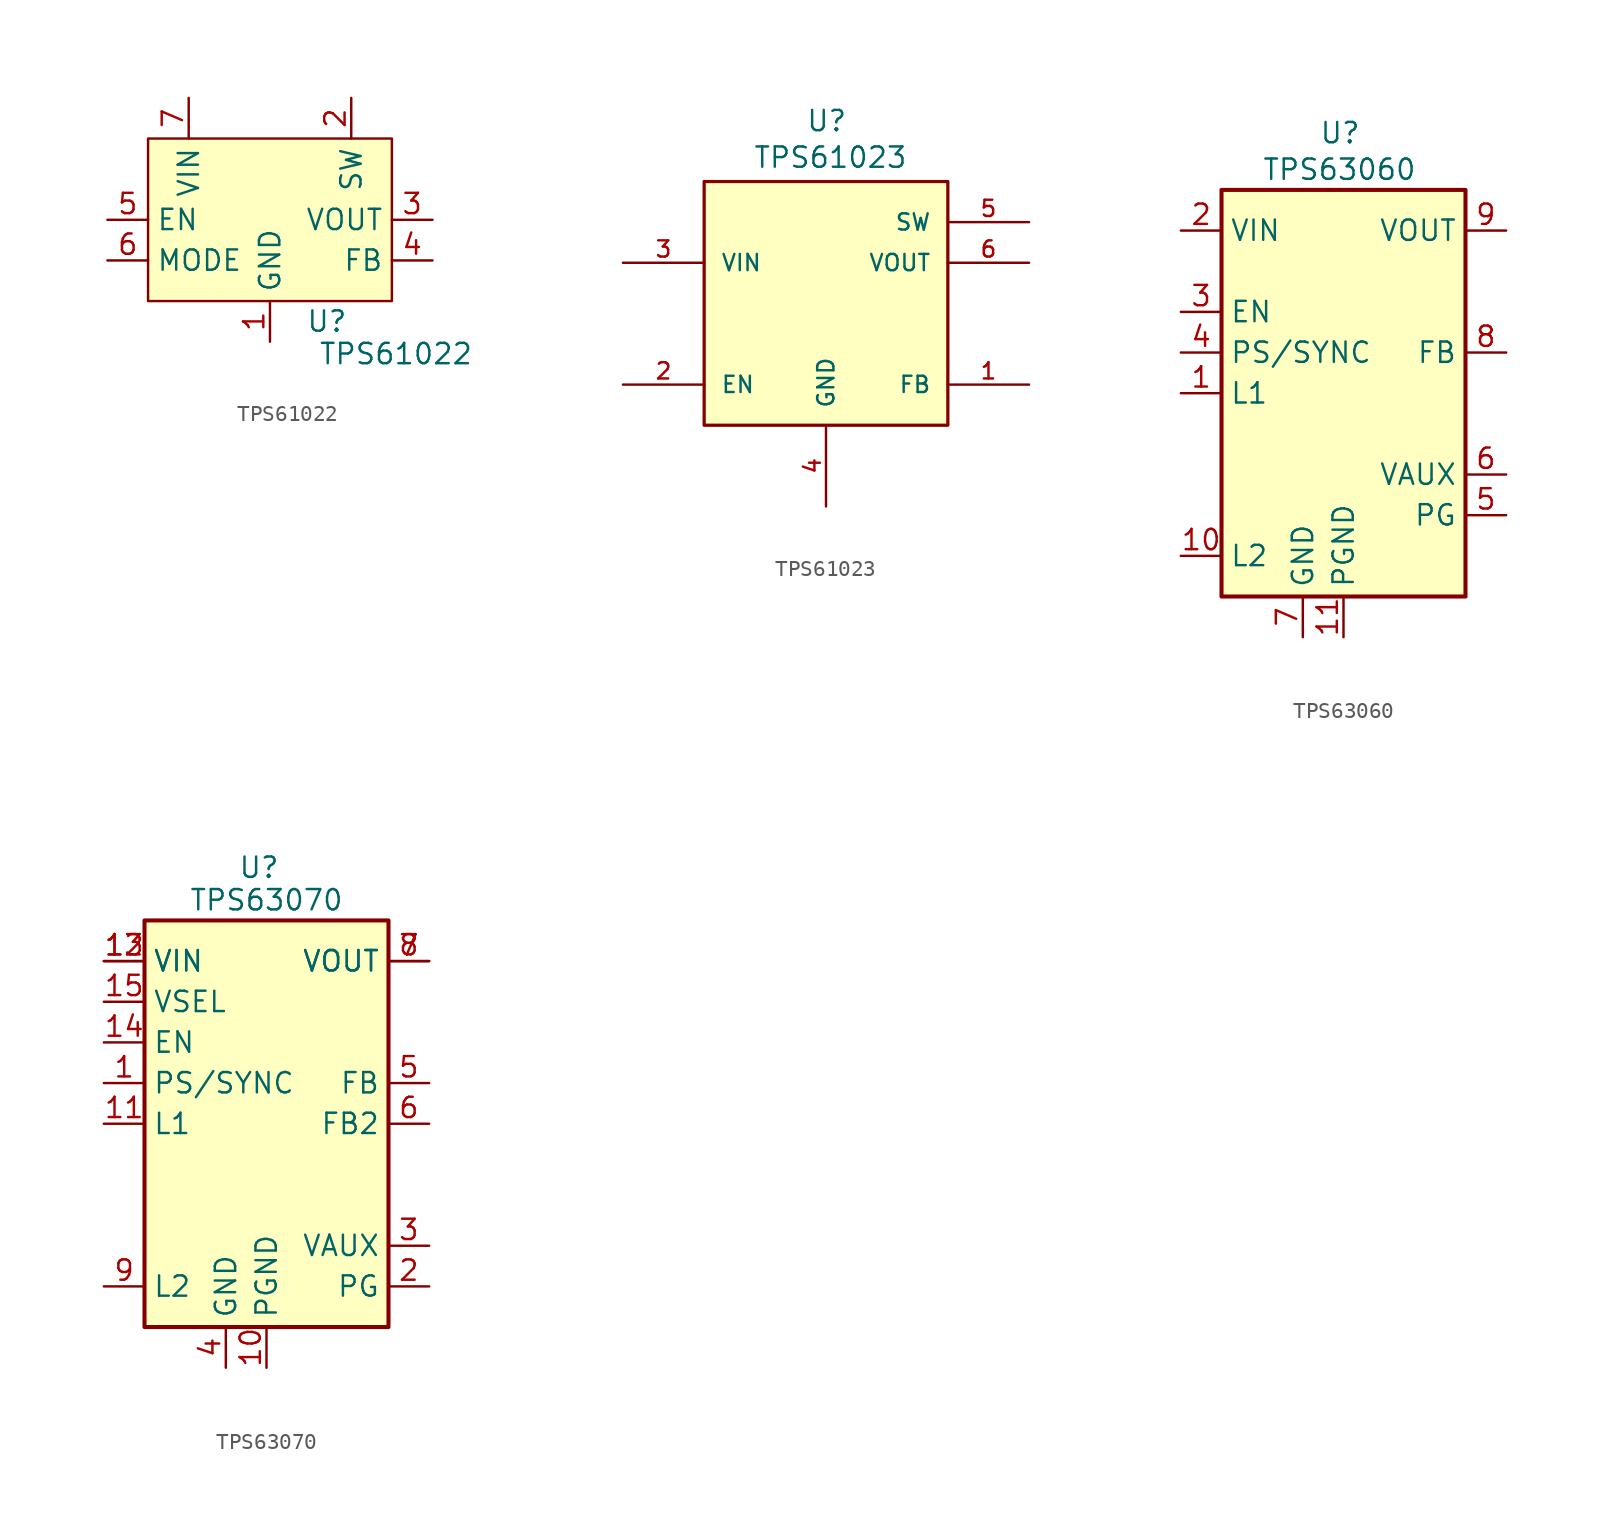
<source format=kicad_sym>
(kicad_symbol_lib
  (version 20241209)
  (generator "kicad_symbol_editor")
  (generator_version "9.0")
  (symbol "TPS61022"
    (property "Reference" "U"
      (at 3.556 -6.35 0)
      (effects (font (size 1.27 1.27))))
    (property "Value" "TPS61022"
      (at 7.874 -8.382 0)
      (effects (font (size 1.27 1.27))))
    (symbol "TPS61022_1_1"
      (rectangle (start -7.62 5.08) (end 7.62 -5.08) (stroke (width 0) (type default)) (fill (type background)))
      (pin input line (at -10.16 0 0) (length 2.54) (name "EN" (effects (font (size 1.27 1.27)))) (number "5" (effects (font (size 1.27 1.27)))))
      (pin input line (at -10.16 -2.54 0) (length 2.54) (name "MODE" (effects (font (size 1.27 1.27)))) (number "6" (effects (font (size 1.27 1.27)))))
      (pin power_in line (at -5.08 7.62 270) (length 2.54) (name "VIN" (effects (font (size 1.27 1.27)))) (number "7" (effects (font (size 1.27 1.27)))))
      (pin power_in line (at 0 -7.62 90) (length 2.54) (name "GND" (effects (font (size 1.27 1.27)))) (number "1" (effects (font (size 1.27 1.27)))))
      (pin input line (at 5.08 7.62 270) (length 2.54) (name "SW" (effects (font (size 1.27 1.27)))) (number "2" (effects (font (size 1.27 1.27)))))
      (pin power_out line (at 10.16 0 180) (length 2.54) (name "VOUT" (effects (font (size 1.27 1.27)))) (number "3" (effects (font (size 1.27 1.27)))))
      (pin input line (at 10.16 -2.54 180) (length 2.54) (name "FB" (effects (font (size 1.27 1.27)))) (number "4" (effects (font (size 1.27 1.27)))))))
  (symbol "TPS61023"
    (pin_names
      (offset 1.016))
    (property "Reference" "U"
      (at -6.35 5.588 0)
      (effects (font (size 1.27 1.27)) (justify left bottom)))
    (property "Value" "TPS61023"
      (at -9.652 3.302 0)
      (effects (font (size 1.27 1.27)) (justify left bottom)))
    (symbol "TPS61023_0_0"
      (rectangle (start -12.7 2.54) (end 2.54 -12.7) (stroke (width 0.203) (type default)) (fill (type background)))
      (pin power_in line (at -17.78 -2.54 0) (length 5.08) (name "VIN" (effects (font (size 1.016 1.016)))) (number "3" (effects (font (size 1.016 1.016)))))
      (pin input line (at -17.78 -10.16 0) (length 5.08) (name "EN" (effects (font (size 1.016 1.016)))) (number "2" (effects (font (size 1.016 1.016)))))
      (pin power_in line (at -5.08 -17.78 90) (length 5.08) (name "GND" (effects (font (size 1.016 1.016)))) (number "4" (effects (font (size 1.016 1.016)))))
      (pin power_in line (at 7.62 0 180) (length 5.08) (name "SW" (effects (font (size 1.016 1.016)))) (number "5" (effects (font (size 1.016 1.016)))))
      (pin power_in line (at 7.62 -2.54 180) (length 5.08) (name "VOUT" (effects (font (size 1.016 1.016)))) (number "6" (effects (font (size 1.016 1.016)))))
      (pin input line (at 7.62 -10.16 180) (length 5.08) (name "FB" (effects (font (size 1.016 1.016)))) (number "1" (effects (font (size 1.016 1.016)))))))
  (symbol "TPS63060"
    (property "Reference" "U"
      (at -1.524 16.256 0)
      (effects (font (size 1.27 1.27)) (justify left)))
    (property "Value" "TPS63060"
      (at -0.254 13.97 0)
      (effects (font (size 1.27 1.27))))
    (symbol "TPS63060_0_1"
      (rectangle (start -7.62 12.7) (end 7.62 -12.7) (stroke (width 0.254) (type default)) (fill (type background))))
    (symbol "TPS63060_1_1"
      (pin power_in line (at -10.16 10.16 0) (length 2.54) (name "VIN" (effects (font (size 1.27 1.27)))) (number "2" (effects (font (size 1.27 1.27)))))
      (pin input line (at -10.16 5.08 0) (length 2.54) (name "EN" (effects (font (size 1.27 1.27)))) (number "3" (effects (font (size 1.27 1.27)))))
      (pin input line (at -10.16 2.54 0) (length 2.54) (name "PS/SYNC" (effects (font (size 1.27 1.27)))) (number "4" (effects (font (size 1.27 1.27)))))
      (pin input line (at -10.16 0 0) (length 2.54) (name "L1" (effects (font (size 1.27 1.27)))) (number "1" (effects (font (size 1.27 1.27)))))
      (pin input line (at -10.16 -10.16 0) (length 2.54) (name "L2" (effects (font (size 1.27 1.27)))) (number "10" (effects (font (size 1.27 1.27)))))
      (pin power_in line (at -2.54 -15.24 90) (length 2.54) (name "GND" (effects (font (size 1.27 1.27)))) (number "7" (effects (font (size 1.27 1.27)))))
      (pin power_in line (at 0 -15.24 90) (length 2.54) (name "PGND" (effects (font (size 1.27 1.27)))) (number "11" (effects (font (size 1.27 1.27)))))
      (pin power_out line (at 10.16 10.16 180) (length 2.54) (name "VOUT" (effects (font (size 1.27 1.27)))) (number "9" (effects (font (size 1.27 1.27)))))
      (pin input line (at 10.16 2.54 180) (length 2.54) (name "FB" (effects (font (size 1.27 1.27)))) (number "8" (effects (font (size 1.27 1.27)))))
      (pin passive line (at 10.16 -5.08 180) (length 2.54) (name "VAUX" (effects (font (size 1.27 1.27)))) (number "6" (effects (font (size 1.27 1.27)))))
      (pin output line (at 10.16 -7.62 180) (length 2.54) (name "PG" (effects (font (size 1.27 1.27)))) (number "5" (effects (font (size 1.27 1.27)))))))
  (symbol "TPS63070"
    (property "Reference" "U"
      (at -1.778 16.002 0)
      (effects (font (size 1.27 1.27)) (justify left)))
    (property "Value" "TPS63070"
      (at 0 13.97 0)
      (effects (font (size 1.27 1.27))))
    (symbol "TPS63070_0_1"
      (rectangle (start -7.62 12.7) (end 7.62 -12.7) (stroke (width 0.254) (type default)) (fill (type background))))
    (symbol "TPS63070_1_1"
      (pin power_in line (at -10.16 10.16 0) (length 2.54) (name "VIN" (effects (font (size 1.27 1.27)))) (number "12" (effects (font (size 1.27 1.27)))))
      (pin power_in line (at -10.16 10.16 0) (length 2.54) (name "VIN" (effects (font (size 1.27 1.27)))) (number "13" (effects (font (size 1.27 1.27)))))
      (pin input line (at -10.16 7.62 0) (length 2.54) (name "VSEL" (effects (font (size 1.27 1.27)))) (number "15" (effects (font (size 1.27 1.27)))))
      (pin input line (at -10.16 5.08 0) (length 2.54) (name "EN" (effects (font (size 1.27 1.27)))) (number "14" (effects (font (size 1.27 1.27)))))
      (pin input line (at -10.16 2.54 0) (length 2.54) (name "PS/SYNC" (effects (font (size 1.27 1.27)))) (number "1" (effects (font (size 1.27 1.27)))))
      (pin input line (at -10.16 0 0) (length 2.54) (name "L1" (effects (font (size 1.27 1.27)))) (number "11" (effects (font (size 1.27 1.27)))))
      (pin input line (at -10.16 -10.16 0) (length 2.54) (name "L2" (effects (font (size 1.27 1.27)))) (number "9" (effects (font (size 1.27 1.27)))))
      (pin power_in line (at -2.54 -15.24 90) (length 2.54) (name "GND" (effects (font (size 1.27 1.27)))) (number "4" (effects (font (size 1.27 1.27)))))
      (pin power_in line (at 0 -15.24 90) (length 2.54) (name "PGND" (effects (font (size 1.27 1.27)))) (number "10" (effects (font (size 1.27 1.27)))))
      (pin power_out line (at 10.16 10.16 180) (length 2.54) (name "VOUT" (effects (font (size 1.27 1.27)))) (number "7" (effects (font (size 1.27 1.27)))))
      (pin power_out line (at 10.16 10.16 180) (length 2.54) (name "VOUT" (effects (font (size 1.27 1.27)))) (number "8" (effects (font (size 1.27 1.27)))))
      (pin input line (at 10.16 2.54 180) (length 2.54) (name "FB" (effects (font (size 1.27 1.27)))) (number "5" (effects (font (size 1.27 1.27)))))
      (pin input line (at 10.16 0 180) (length 2.54) (name "FB2" (effects (font (size 1.27 1.27)))) (number "6" (effects (font (size 1.27 1.27)))))
      (pin passive line (at 10.16 -7.62 180) (length 2.54) (name "VAUX" (effects (font (size 1.27 1.27)))) (number "3" (effects (font (size 1.27 1.27)))))
      (pin output line (at 10.16 -10.16 180) (length 2.54) (name "PG" (effects (font (size 1.27 1.27)))) (number "2" (effects (font (size 1.27 1.27))))))))
</source>
